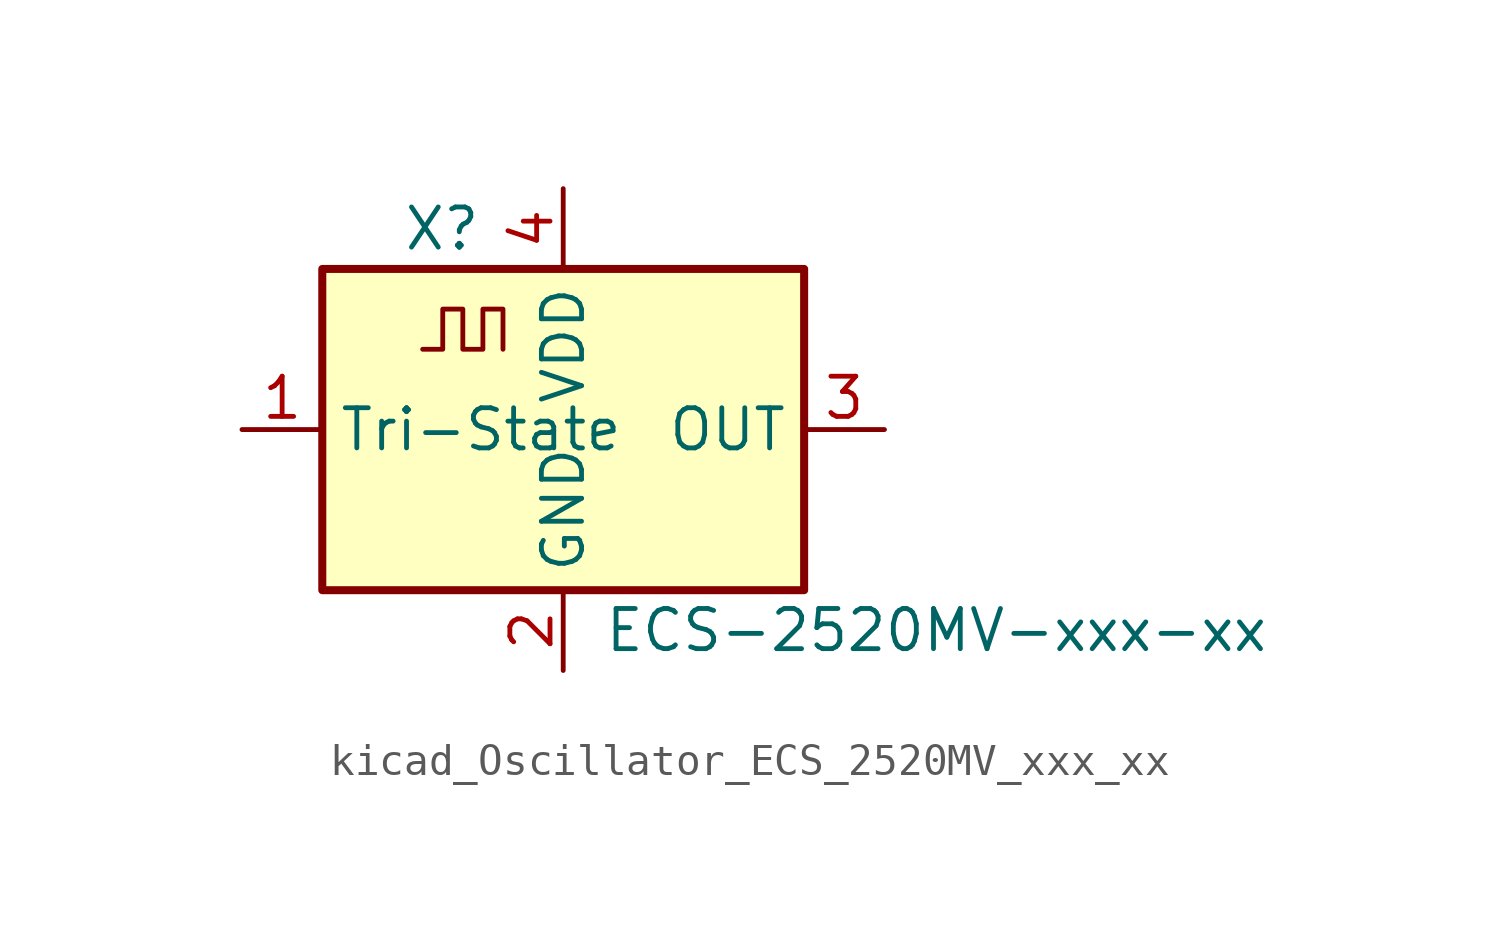
<source format=kicad_sym>
(kicad_symbol_lib
  (version 20220914)
  (generator kicad_symbol_editor)
  (symbol "kicad_Oscillator_ECS_2520MV_xxx_xx"
    (property "Reference" "X"
      (at -5.08 6.35 0)
      (effects (font (size 1.27 1.27)) (justify left)))
    (property "Value" "ECS-2520MV-xxx-xx"
      (at 1.27 -6.35 0)
      (effects (font (size 1.27 1.27)) (justify left)))
    (symbol "kicad_Oscillator_ECS_2520MV_xxx_xx_0_1"
      (rectangle (start -7.62 5.08) (end 7.62 -5.08) (stroke (width 0.254) (type default)) (fill (type background)))
      (polyline (pts (xy -4.445 2.54) (xy -3.81 2.54) (xy -3.81 3.81) (xy -3.175 3.81) (xy -3.175 2.54) (xy -2.54 2.54) (xy -2.54 3.81) (xy -1.905 3.81) (xy -1.905 2.54)) (stroke (width 0) (type default)) (fill (type none))))
    (symbol "kicad_Oscillator_ECS_2520MV_xxx_xx_1_1"
      (pin input line (at -10.16 0 0) (length 2.54) (name "Tri-State" (effects (font (size 1.27 1.27)))) (number "1" (effects (font (size 1.27 1.27)))))
      (pin power_in line (at 0 -7.62 90) (length 2.54) (name "GND" (effects (font (size 1.27 1.27)))) (number "2" (effects (font (size 1.27 1.27)))))
      (pin output line (at 10.16 0 180) (length 2.54) (name "OUT" (effects (font (size 1.27 1.27)))) (number "3" (effects (font (size 1.27 1.27)))))
      (pin power_in line (at 0 7.62 270) (length 2.54) (name "VDD" (effects (font (size 1.27 1.27)))) (number "4" (effects (font (size 1.27 1.27))))))))
</source>
